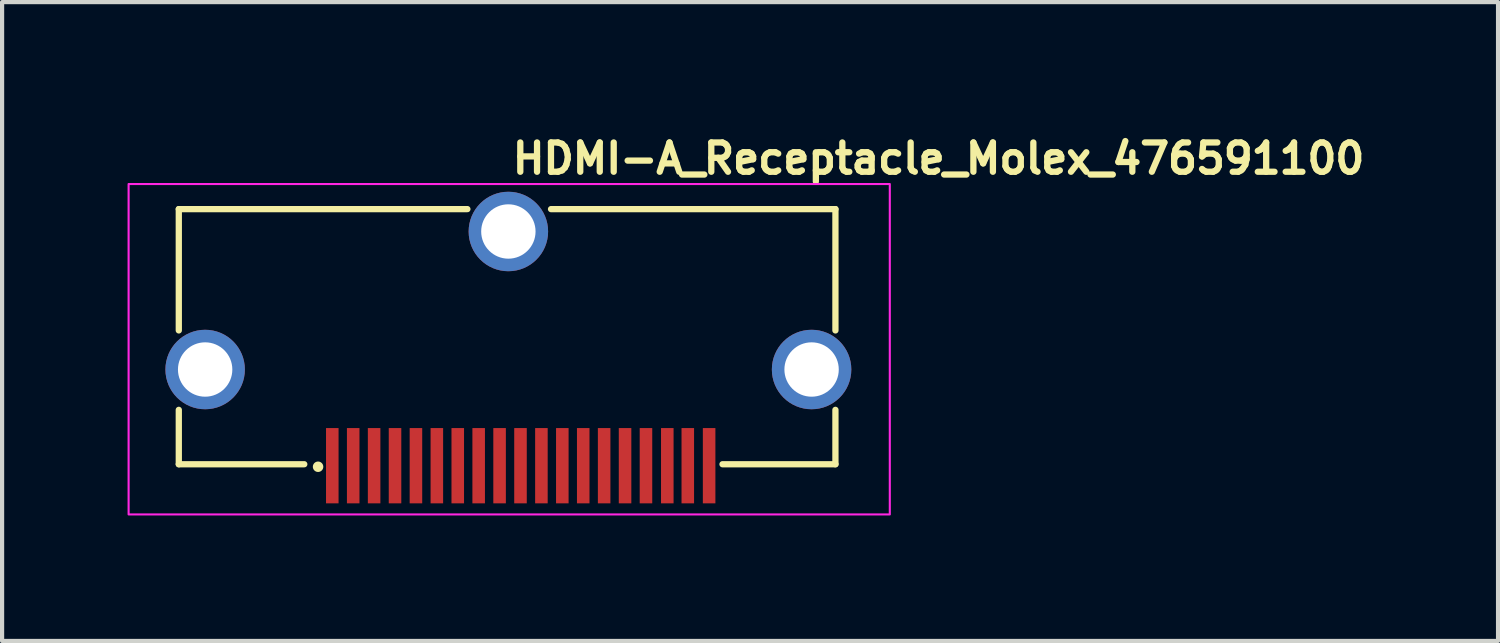
<source format=kicad_pcb>
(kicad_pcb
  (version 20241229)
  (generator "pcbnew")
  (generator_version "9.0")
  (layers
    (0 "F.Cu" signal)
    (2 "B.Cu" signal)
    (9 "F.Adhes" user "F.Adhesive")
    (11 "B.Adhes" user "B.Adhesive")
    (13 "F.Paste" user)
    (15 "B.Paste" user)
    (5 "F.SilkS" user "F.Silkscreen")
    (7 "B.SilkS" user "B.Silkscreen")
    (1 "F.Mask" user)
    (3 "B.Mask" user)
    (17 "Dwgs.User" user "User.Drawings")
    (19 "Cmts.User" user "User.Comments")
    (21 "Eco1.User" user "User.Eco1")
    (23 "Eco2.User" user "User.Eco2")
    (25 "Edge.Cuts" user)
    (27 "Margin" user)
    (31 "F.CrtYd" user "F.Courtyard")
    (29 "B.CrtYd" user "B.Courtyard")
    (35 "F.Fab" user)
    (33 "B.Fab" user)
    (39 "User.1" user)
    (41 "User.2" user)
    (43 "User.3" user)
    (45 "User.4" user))
  (footprint "HDMI-A_Receptacle_Molex_476591100"
    (layer "F.Cu")
    (at 9.125 5.15)
    (property "Reference" "HDMI-A_Receptacle_Molex_476591100" (at 0 -4 0) (layer "F.SilkS") (effects (font (size 0.7 0.7) (thickness 0.15)) (justify left bottom)))
    (attr smd)
    (fp_line (start -7.9 -3.2) (end -7.9 -0.3) (stroke (width 0.15) (type solid)) (layer "F.SilkS"))
    (fp_line (start -7.9 1.6) (end -7.9 2.9) (stroke (width 0.15) (type solid)) (layer "F.SilkS"))
    (fp_line (start -4.9 2.9) (end -7.9 2.9) (stroke (width 0.15) (type solid)) (layer "F.SilkS"))
    (fp_line (start -1 -3.2) (end -7.9 -3.2) (stroke (width 0.15) (type solid)) (layer "F.SilkS"))
    (fp_line (start 7.8 -3.2) (end 1 -3.2) (stroke (width 0.15) (type solid)) (layer "F.SilkS"))
    (fp_line (start 7.8 -0.3) (end 7.8 -3.2) (stroke (width 0.15) (type solid)) (layer "F.SilkS"))
    (fp_line (start 7.8 2.9) (end 5.1 2.9) (stroke (width 0.15) (type solid)) (layer "F.SilkS"))
    (fp_line (start 7.8 2.9) (end 7.8 1.6) (stroke (width 0.15) (type solid)) (layer "F.SilkS"))
    (fp_circle (center -4.57 2.96) (end -4.52 2.96) (stroke (width 0.15) (type solid)) (fill yes) (layer "F.SilkS"))
    (fp_rect (start 9.1 4.1) (end -9.1 -3.8) (stroke (width 0.05) (type solid)) (fill no) (layer "F.CrtYd"))
    (fp_rect (start 8.75 3.425) (end -8.75 -3.425) (stroke (width 0.1) (type solid)) (fill no) (layer "User.5"))
    (fp_line (start -8.75 -2.425) (end -8.75 -1) (stroke (width 0.02) (type solid)) (layer "User.9"))
    (fp_line (start -8.75 -1) (end -8.5 -1) (stroke (width 0.02) (type solid)) (layer "User.9"))
    (fp_line (start -8.75 0.2) (end -8.75 1.625) (stroke (width 0.02) (type solid)) (layer "User.9"))
    (fp_line (start -8.75 1.625) (end -8.749 1.676) (stroke (width 0.02) (type solid)) (layer "User.9"))
    (fp_line (start -8.749 -2.476) (end -8.75 -2.425) (stroke (width 0.02) (type solid)) (layer "User.9"))
    (fp_line (start -8.749 1.676) (end -8.745 1.727) (stroke (width 0.02) (type solid)) (layer "User.9"))
    (fp_line (start -8.745 -2.527) (end -8.749 -2.476) (stroke (width 0.02) (type solid)) (layer "User.9"))
    (fp_line (start -8.745 1.727) (end -8.738 1.777) (stroke (width 0.02) (type solid)) (layer "User.9"))
    (fp_line (start -8.738 -2.577) (end -8.745 -2.527) (stroke (width 0.02) (type solid)) (layer "User.9"))
    (fp_line (start -8.738 1.777) (end -8.73 1.827) (stroke (width 0.02) (type solid)) (layer "User.9"))
    (fp_line (start -8.73 -2.627) (end -8.738 -2.577) (stroke (width 0.02) (type solid)) (layer "User.9"))
    (fp_line (start -8.73 1.827) (end -8.719 1.875) (stroke (width 0.02) (type solid)) (layer "User.9"))
    (fp_line (start -8.719 -2.675) (end -8.73 -2.627) (stroke (width 0.02) (type solid)) (layer "User.9"))
    (fp_line (start -8.719 1.875) (end -8.705 1.922) (stroke (width 0.02) (type solid)) (layer "User.9"))
    (fp_line (start -8.705 -2.722) (end -8.719 -2.675) (stroke (width 0.02) (type solid)) (layer "User.9"))
    (fp_line (start -8.705 1.922) (end -8.689 1.969) (stroke (width 0.02) (type solid)) (layer "User.9"))
    (fp_line (start -8.689 -2.769) (end -8.705 -2.722) (stroke (width 0.02) (type solid)) (layer "User.9"))
    (fp_line (start -8.689 1.969) (end -8.671 2.014) (stroke (width 0.02) (type solid)) (layer "User.9"))
    (fp_line (start -8.671 -2.814) (end -8.689 -2.769) (stroke (width 0.02) (type solid)) (layer "User.9"))
    (fp_line (start -8.671 2.014) (end -8.651 2.059) (stroke (width 0.02) (type solid)) (layer "User.9"))
    (fp_line (start -8.651 -2.859) (end -8.671 -2.814) (stroke (width 0.02) (type solid)) (layer "User.9"))
    (fp_line (start -8.651 2.059) (end -8.629 2.102) (stroke (width 0.02) (type solid)) (layer "User.9"))
    (fp_line (start -8.629 -2.902) (end -8.651 -2.859) (stroke (width 0.02) (type solid)) (layer "User.9"))
    (fp_line (start -8.629 2.102) (end -8.605 2.144) (stroke (width 0.02) (type solid)) (layer "User.9"))
    (fp_line (start -8.605 -2.944) (end -8.629 -2.902) (stroke (width 0.02) (type solid)) (layer "User.9"))
    (fp_line (start -8.605 2.144) (end -8.579 2.184) (stroke (width 0.02) (type solid)) (layer "User.9"))
    (fp_line (start -8.579 -2.984) (end -8.605 -2.944) (stroke (width 0.02) (type solid)) (layer "User.9"))
    (fp_line (start -8.579 2.184) (end -8.551 2.223) (stroke (width 0.02) (type solid)) (layer "User.9"))
    (fp_line (start -8.551 -3.023) (end -8.579 -2.984) (stroke (width 0.02) (type solid)) (layer "User.9"))
    (fp_line (start -8.551 2.223) (end -8.522 2.261) (stroke (width 0.02) (type solid)) (layer "User.9"))
    (fp_line (start -8.522 -3.061) (end -8.551 -3.023) (stroke (width 0.02) (type solid)) (layer "User.9"))
    (fp_line (start -8.522 2.261) (end -8.49 2.297) (stroke (width 0.02) (type solid)) (layer "User.9"))
    (fp_line (start -8.5 -1) (end -8.5 0.2) (stroke (width 0.02) (type solid)) (layer "User.9"))
    (fp_line (start -8.5 0.2) (end -8.75 0.2) (stroke (width 0.02) (type solid)) (layer "User.9"))
    (fp_line (start -8.49 -3.097) (end -8.522 -3.061) (stroke (width 0.02) (type solid)) (layer "User.9"))
    (fp_line (start -8.49 2.297) (end -8.457 2.332) (stroke (width 0.02) (type solid)) (layer "User.9"))
    (fp_line (start -8.457 -3.132) (end -8.49 -3.097) (stroke (width 0.02) (type solid)) (layer "User.9"))
    (fp_line (start -8.457 2.332) (end -8.422 2.365) (stroke (width 0.02) (type solid)) (layer "User.9"))
    (fp_line (start -8.422 -3.165) (end -8.457 -3.132) (stroke (width 0.02) (type solid)) (layer "User.9"))
    (fp_line (start -8.422 2.365) (end -8.386 2.397) (stroke (width 0.02) (type solid)) (layer "User.9"))
    (fp_line (start -8.386 -3.197) (end -8.422 -3.165) (stroke (width 0.02) (type solid)) (layer "User.9"))
    (fp_line (start -8.386 2.397) (end -8.348 2.426) (stroke (width 0.02) (type solid)) (layer "User.9"))
    (fp_line (start -8.348 -3.226) (end -8.386 -3.197) (stroke (width 0.02) (type solid)) (layer "User.9"))
    (fp_line (start -8.348 2.426) (end -8.309 2.454) (stroke (width 0.02) (type solid)) (layer "User.9"))
    (fp_line (start -8.309 -3.254) (end -8.348 -3.226) (stroke (width 0.02) (type solid)) (layer "User.9"))
    (fp_line (start -8.309 2.454) (end -8.269 2.48) (stroke (width 0.02) (type solid)) (layer "User.9"))
    (fp_line (start -8.269 -3.28) (end -8.309 -3.254) (stroke (width 0.02) (type solid)) (layer "User.9"))
    (fp_line (start -8.269 2.48) (end -8.227 2.504) (stroke (width 0.02) (type solid)) (layer "User.9"))
    (fp_line (start -8.227 -3.304) (end -8.269 -3.28) (stroke (width 0.02) (type solid)) (layer "User.9"))
    (fp_line (start -8.227 2.504) (end -8.184 2.526) (stroke (width 0.02) (type solid)) (layer "User.9"))
    (fp_line (start -8.184 -3.326) (end -8.227 -3.304) (stroke (width 0.02) (type solid)) (layer "User.9"))
    (fp_line (start -8.184 2.526) (end -8.139 2.546) (stroke (width 0.02) (type solid)) (layer "User.9"))
    (fp_line (start -8.139 -3.346) (end -8.184 -3.326) (stroke (width 0.02) (type solid)) (layer "User.9"))
    (fp_line (start -8.139 2.546) (end -8.094 2.564) (stroke (width 0.02) (type solid)) (layer "User.9"))
    (fp_line (start -8.094 -3.364) (end -8.139 -3.346) (stroke (width 0.02) (type solid)) (layer "User.9"))
    (fp_line (start -8.094 2.564) (end -8.047 2.58) (stroke (width 0.02) (type solid)) (layer "User.9"))
    (fp_line (start -8.047 -3.38) (end -8.094 -3.364) (stroke (width 0.02) (type solid)) (layer "User.9"))
    (fp_line (start -8.047 2.58) (end -8 2.594) (stroke (width 0.02) (type solid)) (layer "User.9"))
    (fp_line (start -8 -3.394) (end -8.047 -3.38) (stroke (width 0.02) (type solid)) (layer "User.9"))
    (fp_line (start -8 2.594) (end -7.952 2.605) (stroke (width 0.02) (type solid)) (layer "User.9"))
    (fp_line (start -7.952 -3.405) (end -8 -3.394) (stroke (width 0.02) (type solid)) (layer "User.9"))
    (fp_line (start -7.952 2.605) (end -7.902 2.613) (stroke (width 0.02) (type solid)) (layer "User.9"))
    (fp_line (start -7.902 -3.413) (end -7.952 -3.405) (stroke (width 0.02) (type solid)) (layer "User.9"))
    (fp_line (start -7.902 2.613) (end -7.852 2.62) (stroke (width 0.02) (type solid)) (layer "User.9"))
    (fp_line (start -7.852 -3.42) (end -7.902 -3.413) (stroke (width 0.02) (type solid)) (layer "User.9"))
    (fp_line (start -7.852 2.62) (end -7.801 2.624) (stroke (width 0.02) (type solid)) (layer "User.9"))
    (fp_line (start -7.801 -3.424) (end -7.852 -3.42) (stroke (width 0.02) (type solid)) (layer "User.9"))
    (fp_line (start -7.801 2.624) (end -7.75 2.625) (stroke (width 0.02) (type solid)) (layer "User.9"))
    (fp_line (start -7.75 -3.425) (end -7.801 -3.424) (stroke (width 0.02) (type solid)) (layer "User.9"))
    (fp_line (start -7.75 2.625) (end 7.75 2.625) (stroke (width 0.02) (type solid)) (layer "User.9"))
    (fp_line (start -6.98 3.425) (end -6.98 2.625) (stroke (width 0.02) (type solid)) (layer "User.9"))
    (fp_line (start -5.98 3.425) (end -6.98 3.425) (stroke (width 0.02) (type solid)) (layer "User.9"))
    (fp_line (start -5.98 3.425) (end -5.98 2.625) (stroke (width 0.02) (type solid)) (layer "User.9"))
    (fp_line (start -4.31 2.625) (end -4.31 2.894) (stroke (width 0.02) (type solid)) (layer "User.9"))
    (fp_line (start -4.31 2.894) (end -4.31 3.425) (stroke (width 0.02) (type solid)) (layer "User.9"))
    (fp_line (start -4.11 2.625) (end -4.11 2.894) (stroke (width 0.02) (type solid)) (layer "User.9"))
    (fp_line (start -4.11 2.894) (end -4.31 2.894) (stroke (width 0.02) (type solid)) (layer "User.9"))
    (fp_line (start -4.11 2.894) (end -4.11 3.425) (stroke (width 0.02) (type solid)) (layer "User.9"))
    (fp_line (start -4.11 3.425) (end -4.31 3.425) (stroke (width 0.02) (type solid)) (layer "User.9"))
    (fp_line (start -3.81 2.625) (end -3.81 2.894) (stroke (width 0.02) (type solid)) (layer "User.9"))
    (fp_line (start -3.81 2.894) (end -3.81 3.425) (stroke (width 0.02) (type solid)) (layer "User.9"))
    (fp_line (start -3.61 2.625) (end -3.61 2.894) (stroke (width 0.02) (type solid)) (layer "User.9"))
    (fp_line (start -3.61 2.894) (end -3.81 2.894) (stroke (width 0.02) (type solid)) (layer "User.9"))
    (fp_line (start -3.61 2.894) (end -3.61 3.425) (stroke (width 0.02) (type solid)) (layer "User.9"))
    (fp_line (start -3.61 3.425) (end -3.81 3.425) (stroke (width 0.02) (type solid)) (layer "User.9"))
    (fp_line (start -3.31 2.625) (end -3.31 2.894) (stroke (width 0.02) (type solid)) (layer "User.9"))
    (fp_line (start -3.31 2.894) (end -3.31 3.425) (stroke (width 0.02) (type solid)) (layer "User.9"))
    (fp_line (start -3.11 2.625) (end -3.11 2.894) (stroke (width 0.02) (type solid)) (layer "User.9"))
    (fp_line (start -3.11 2.894) (end -3.31 2.894) (stroke (width 0.02) (type solid)) (layer "User.9"))
    (fp_line (start -3.11 2.894) (end -3.11 3.425) (stroke (width 0.02) (type solid)) (layer "User.9"))
    (fp_line (start -3.11 3.425) (end -3.31 3.425) (stroke (width 0.02) (type solid)) (layer "User.9"))
    (fp_line (start -2.81 2.625) (end -2.81 2.894) (stroke (width 0.02) (type solid)) (layer "User.9"))
    (fp_line (start -2.81 2.894) (end -2.81 3.425) (stroke (width 0.02) (type solid)) (layer "User.9"))
    (fp_line (start -2.61 2.625) (end -2.61 2.894) (stroke (width 0.02) (type solid)) (layer "User.9"))
    (fp_line (start -2.61 2.894) (end -2.81 2.894) (stroke (width 0.02) (type solid)) (layer "User.9"))
    (fp_line (start -2.61 2.894) (end -2.61 3.425) (stroke (width 0.02) (type solid)) (layer "User.9"))
    (fp_line (start -2.61 3.425) (end -2.81 3.425) (stroke (width 0.02) (type solid)) (layer "User.9"))
    (fp_line (start -2.31 2.625) (end -2.31 2.894) (stroke (width 0.02) (type solid)) (layer "User.9"))
    (fp_line (start -2.31 2.894) (end -2.31 3.425) (stroke (width 0.02) (type solid)) (layer "User.9"))
    (fp_line (start -2.11 2.625) (end -2.11 2.894) (stroke (width 0.02) (type solid)) (layer "User.9"))
    (fp_line (start -2.11 2.894) (end -2.31 2.894) (stroke (width 0.02) (type solid)) (layer "User.9"))
    (fp_line (start -2.11 2.894) (end -2.11 3.425) (stroke (width 0.02) (type solid)) (layer "User.9"))
    (fp_line (start -2.11 3.425) (end -2.31 3.425) (stroke (width 0.02) (type solid)) (layer "User.9"))
    (fp_line (start -1.81 2.625) (end -1.81 2.894) (stroke (width 0.02) (type solid)) (layer "User.9"))
    (fp_line (start -1.81 2.894) (end -1.81 3.425) (stroke (width 0.02) (type solid)) (layer "User.9"))
    (fp_line (start -1.61 2.625) (end -1.61 2.894) (stroke (width 0.02) (type solid)) (layer "User.9"))
    (fp_line (start -1.61 2.894) (end -1.81 2.894) (stroke (width 0.02) (type solid)) (layer "User.9"))
    (fp_line (start -1.61 2.894) (end -1.61 3.425) (stroke (width 0.02) (type solid)) (layer "User.9"))
    (fp_line (start -1.61 3.425) (end -1.81 3.425) (stroke (width 0.02) (type solid)) (layer "User.9"))
    (fp_line (start -1.31 2.625) (end -1.31 2.894) (stroke (width 0.02) (type solid)) (layer "User.9"))
    (fp_line (start -1.31 2.894) (end -1.31 3.425) (stroke (width 0.02) (type solid)) (layer "User.9"))
    (fp_line (start -1.11 2.625) (end -1.11 2.894) (stroke (width 0.02) (type solid)) (layer "User.9"))
    (fp_line (start -1.11 2.894) (end -1.31 2.894) (stroke (width 0.02) (type solid)) (layer "User.9"))
    (fp_line (start -1.11 2.894) (end -1.11 3.425) (stroke (width 0.02) (type solid)) (layer "User.9"))
    (fp_line (start -1.11 3.425) (end -1.31 3.425) (stroke (width 0.02) (type solid)) (layer "User.9"))
    (fp_line (start -0.81 2.625) (end -0.81 2.894) (stroke (width 0.02) (type solid)) (layer "User.9"))
    (fp_line (start -0.81 2.894) (end -0.81 3.425) (stroke (width 0.02) (type solid)) (layer "User.9"))
    (fp_line (start -0.61 2.625) (end -0.61 2.894) (stroke (width 0.02) (type solid)) (layer "User.9"))
    (fp_line (start -0.61 2.894) (end -0.81 2.894) (stroke (width 0.02) (type solid)) (layer "User.9"))
    (fp_line (start -0.61 2.894) (end -0.61 3.425) (stroke (width 0.02) (type solid)) (layer "User.9"))
    (fp_line (start -0.61 3.425) (end -0.81 3.425) (stroke (width 0.02) (type solid)) (layer "User.9"))
    (fp_line (start -0.31 2.625) (end -0.31 2.894) (stroke (width 0.02) (type solid)) (layer "User.9"))
    (fp_line (start -0.31 2.894) (end -0.31 3.425) (stroke (width 0.02) (type solid)) (layer "User.9"))
    (fp_line (start -0.11 2.625) (end -0.11 2.894) (stroke (width 0.02) (type solid)) (layer "User.9"))
    (fp_line (start -0.11 2.894) (end -0.31 2.894) (stroke (width 0.02) (type solid)) (layer "User.9"))
    (fp_line (start -0.11 2.894) (end -0.11 3.425) (stroke (width 0.02) (type solid)) (layer "User.9"))
    (fp_line (start -0.11 3.425) (end -0.31 3.425) (stroke (width 0.02) (type solid)) (layer "User.9"))
    (fp_line (start 0.19 2.625) (end 0.19 2.894) (stroke (width 0.02) (type solid)) (layer "User.9"))
    (fp_line (start 0.19 2.894) (end 0.19 3.425) (stroke (width 0.02) (type solid)) (layer "User.9"))
    (fp_line (start 0.39 2.625) (end 0.39 2.894) (stroke (width 0.02) (type solid)) (layer "User.9"))
    (fp_line (start 0.39 2.894) (end 0.19 2.894) (stroke (width 0.02) (type solid)) (layer "User.9"))
    (fp_line (start 0.39 2.894) (end 0.39 3.425) (stroke (width 0.02) (type solid)) (layer "User.9"))
    (fp_line (start 0.39 3.425) (end 0.19 3.425) (stroke (width 0.02) (type solid)) (layer "User.9"))
    (fp_line (start 0.69 2.625) (end 0.69 2.894) (stroke (width 0.02) (type solid)) (layer "User.9"))
    (fp_line (start 0.69 2.894) (end 0.69 3.425) (stroke (width 0.02) (type solid)) (layer "User.9"))
    (fp_line (start 0.89 2.625) (end 0.89 2.894) (stroke (width 0.02) (type solid)) (layer "User.9"))
    (fp_line (start 0.89 2.894) (end 0.69 2.894) (stroke (width 0.02) (type solid)) (layer "User.9"))
    (fp_line (start 0.89 2.894) (end 0.89 3.425) (stroke (width 0.02) (type solid)) (layer "User.9"))
    (fp_line (start 0.89 3.425) (end 0.69 3.425) (stroke (width 0.02) (type solid)) (layer "User.9"))
    (fp_line (start 1.19 2.625) (end 1.19 2.894) (stroke (width 0.02) (type solid)) (layer "User.9"))
    (fp_line (start 1.19 2.894) (end 1.19 3.425) (stroke (width 0.02) (type solid)) (layer "User.9"))
    (fp_line (start 1.39 2.625) (end 1.39 2.894) (stroke (width 0.02) (type solid)) (layer "User.9"))
    (fp_line (start 1.39 2.894) (end 1.19 2.894) (stroke (width 0.02) (type solid)) (layer "User.9"))
    (fp_line (start 1.39 2.894) (end 1.39 3.425) (stroke (width 0.02) (type solid)) (layer "User.9"))
    (fp_line (start 1.39 3.425) (end 1.19 3.425) (stroke (width 0.02) (type solid)) (layer "User.9"))
    (fp_line (start 1.69 2.625) (end 1.69 2.894) (stroke (width 0.02) (type solid)) (layer "User.9"))
    (fp_line (start 1.69 2.894) (end 1.69 3.425) (stroke (width 0.02) (type solid)) (layer "User.9"))
    (fp_line (start 1.89 2.625) (end 1.89 2.894) (stroke (width 0.02) (type solid)) (layer "User.9"))
    (fp_line (start 1.89 2.894) (end 1.69 2.894) (stroke (width 0.02) (type solid)) (layer "User.9"))
    (fp_line (start 1.89 2.894) (end 1.89 3.425) (stroke (width 0.02) (type solid)) (layer "User.9"))
    (fp_line (start 1.89 3.425) (end 1.69 3.425) (stroke (width 0.02) (type solid)) (layer "User.9"))
    (fp_line (start 2.19 2.625) (end 2.19 2.894) (stroke (width 0.02) (type solid)) (layer "User.9"))
    (fp_line (start 2.19 2.894) (end 2.19 3.425) (stroke (width 0.02) (type solid)) (layer "User.9"))
    (fp_line (start 2.39 2.625) (end 2.39 2.894) (stroke (width 0.02) (type solid)) (layer "User.9"))
    (fp_line (start 2.39 2.894) (end 2.19 2.894) (stroke (width 0.02) (type solid)) (layer "User.9"))
    (fp_line (start 2.39 2.894) (end 2.39 3.425) (stroke (width 0.02) (type solid)) (layer "User.9"))
    (fp_line (start 2.39 3.425) (end 2.19 3.425) (stroke (width 0.02) (type solid)) (layer "User.9"))
    (fp_line (start 2.69 2.625) (end 2.69 2.894) (stroke (width 0.02) (type solid)) (layer "User.9"))
    (fp_line (start 2.69 2.894) (end 2.69 3.425) (stroke (width 0.02) (type solid)) (layer "User.9"))
    (fp_line (start 2.89 2.625) (end 2.89 2.894) (stroke (width 0.02) (type solid)) (layer "User.9"))
    (fp_line (start 2.89 2.894) (end 2.69 2.894) (stroke (width 0.02) (type solid)) (layer "User.9"))
    (fp_line (start 2.89 2.894) (end 2.89 3.425) (stroke (width 0.02) (type solid)) (layer "User.9"))
    (fp_line (start 2.89 3.425) (end 2.69 3.425) (stroke (width 0.02) (type solid)) (layer "User.9"))
    (fp_line (start 3.19 2.625) (end 3.19 2.894) (stroke (width 0.02) (type solid)) (layer "User.9"))
    (fp_line (start 3.19 2.894) (end 3.19 3.425) (stroke (width 0.02) (type solid)) (layer "User.9"))
    (fp_line (start 3.39 2.625) (end 3.39 2.894) (stroke (width 0.02) (type solid)) (layer "User.9"))
    (fp_line (start 3.39 2.894) (end 3.19 2.894) (stroke (width 0.02) (type solid)) (layer "User.9"))
    (fp_line (start 3.39 2.894) (end 3.39 3.425) (stroke (width 0.02) (type solid)) (layer "User.9"))
    (fp_line (start 3.39 3.425) (end 3.19 3.425) (stroke (width 0.02) (type solid)) (layer "User.9"))
    (fp_line (start 3.69 2.625) (end 3.69 2.894) (stroke (width 0.02) (type solid)) (layer "User.9"))
    (fp_line (start 3.69 2.894) (end 3.69 3.425) (stroke (width 0.02) (type solid)) (layer "User.9"))
    (fp_line (start 3.89 2.625) (end 3.89 2.894) (stroke (width 0.02) (type solid)) (layer "User.9"))
    (fp_line (start 3.89 2.894) (end 3.69 2.894) (stroke (width 0.02) (type solid)) (layer "User.9"))
    (fp_line (start 3.89 2.894) (end 3.89 3.425) (stroke (width 0.02) (type solid)) (layer "User.9"))
    (fp_line (start 3.89 3.425) (end 3.69 3.425) (stroke (width 0.02) (type solid)) (layer "User.9"))
    (fp_line (start 4.19 2.625) (end 4.19 2.894) (stroke (width 0.02) (type solid)) (layer "User.9"))
    (fp_line (start 4.19 2.894) (end 4.19 3.425) (stroke (width 0.02) (type solid)) (layer "User.9"))
    (fp_line (start 4.39 2.625) (end 4.39 2.894) (stroke (width 0.02) (type solid)) (layer "User.9"))
    (fp_line (start 4.39 2.894) (end 4.19 2.894) (stroke (width 0.02) (type solid)) (layer "User.9"))
    (fp_line (start 4.39 2.894) (end 4.39 3.425) (stroke (width 0.02) (type solid)) (layer "User.9"))
    (fp_line (start 4.39 3.425) (end 4.19 3.425) (stroke (width 0.02) (type solid)) (layer "User.9"))
    (fp_line (start 4.69 2.625) (end 4.69 2.894) (stroke (width 0.02) (type solid)) (layer "User.9"))
    (fp_line (start 4.69 2.894) (end 4.69 3.425) (stroke (width 0.02) (type solid)) (layer "User.9"))
    (fp_line (start 4.89 2.625) (end 4.89 2.894) (stroke (width 0.02) (type solid)) (layer "User.9"))
    (fp_line (start 4.89 2.894) (end 4.69 2.894) (stroke (width 0.02) (type solid)) (layer "User.9"))
    (fp_line (start 4.89 2.894) (end 4.89 3.425) (stroke (width 0.02) (type solid)) (layer "User.9"))
    (fp_line (start 4.89 3.425) (end 4.69 3.425) (stroke (width 0.02) (type solid)) (layer "User.9"))
    (fp_line (start 5.98 3.425) (end 5.98 2.625) (stroke (width 0.02) (type solid)) (layer "User.9"))
    (fp_line (start 6.98 3.425) (end 5.98 3.425) (stroke (width 0.02) (type solid)) (layer "User.9"))
    (fp_line (start 6.98 3.425) (end 6.98 2.625) (stroke (width 0.02) (type solid)) (layer "User.9"))
    (fp_line (start 7.75 -3.425) (end -7.75 -3.425) (stroke (width 0.02) (type solid)) (layer "User.9"))
    (fp_line (start 7.75 2.625) (end 7.8 2.624) (stroke (width 0.02) (type solid)) (layer "User.9"))
    (fp_line (start 7.8 -3.424) (end 7.75 -3.425) (stroke (width 0.02) (type solid)) (layer "User.9"))
    (fp_line (start 7.8 2.624) (end 7.849 2.62) (stroke (width 0.02) (type solid)) (layer "User.9"))
    (fp_line (start 7.849 -3.42) (end 7.8 -3.424) (stroke (width 0.02) (type solid)) (layer "User.9"))
    (fp_line (start 7.849 2.62) (end 7.898 2.614) (stroke (width 0.02) (type solid)) (layer "User.9"))
    (fp_line (start 7.898 -3.414) (end 7.849 -3.42) (stroke (width 0.02) (type solid)) (layer "User.9"))
    (fp_line (start 7.898 2.614) (end 7.946 2.606) (stroke (width 0.02) (type solid)) (layer "User.9"))
    (fp_line (start 7.946 -3.406) (end 7.898 -3.414) (stroke (width 0.02) (type solid)) (layer "User.9"))
    (fp_line (start 7.946 2.606) (end 7.994 2.595) (stroke (width 0.02) (type solid)) (layer "User.9"))
    (fp_line (start 7.994 -3.395) (end 7.946 -3.406) (stroke (width 0.02) (type solid)) (layer "User.9"))
    (fp_line (start 7.994 2.595) (end 8.041 2.582) (stroke (width 0.02) (type solid)) (layer "User.9"))
    (fp_line (start 8.041 -3.382) (end 7.994 -3.395) (stroke (width 0.02) (type solid)) (layer "User.9"))
    (fp_line (start 8.041 2.582) (end 8.087 2.566) (stroke (width 0.02) (type solid)) (layer "User.9"))
    (fp_line (start 8.087 -3.366) (end 8.041 -3.382) (stroke (width 0.02) (type solid)) (layer "User.9"))
    (fp_line (start 8.087 2.566) (end 8.133 2.549) (stroke (width 0.02) (type solid)) (layer "User.9"))
    (fp_line (start 8.133 -3.349) (end 8.087 -3.366) (stroke (width 0.02) (type solid)) (layer "User.9"))
    (fp_line (start 8.133 2.549) (end 8.177 2.529) (stroke (width 0.02) (type solid)) (layer "User.9"))
    (fp_line (start 8.177 -3.329) (end 8.133 -3.349) (stroke (width 0.02) (type solid)) (layer "User.9"))
    (fp_line (start 8.177 2.529) (end 8.221 2.507) (stroke (width 0.02) (type solid)) (layer "User.9"))
    (fp_line (start 8.221 -3.307) (end 8.177 -3.329) (stroke (width 0.02) (type solid)) (layer "User.9"))
    (fp_line (start 8.221 2.507) (end 8.263 2.483) (stroke (width 0.02) (type solid)) (layer "User.9"))
    (fp_line (start 8.263 -3.283) (end 8.221 -3.307) (stroke (width 0.02) (type solid)) (layer "User.9"))
    (fp_line (start 8.263 2.483) (end 8.305 2.457) (stroke (width 0.02) (type solid)) (layer "User.9"))
    (fp_line (start 8.305 -3.257) (end 8.263 -3.283) (stroke (width 0.02) (type solid)) (layer "User.9"))
    (fp_line (start 8.305 2.457) (end 8.345 2.429) (stroke (width 0.02) (type solid)) (layer "User.9"))
    (fp_line (start 8.345 -3.229) (end 8.305 -3.257) (stroke (width 0.02) (type solid)) (layer "User.9"))
    (fp_line (start 8.345 2.429) (end 8.384 2.399) (stroke (width 0.02) (type solid)) (layer "User.9"))
    (fp_line (start 8.384 -3.199) (end 8.345 -3.229) (stroke (width 0.02) (type solid)) (layer "User.9"))
    (fp_line (start 8.384 2.399) (end 8.421 2.366) (stroke (width 0.02) (type solid)) (layer "User.9"))
    (fp_line (start 8.421 -3.166) (end 8.384 -3.199) (stroke (width 0.02) (type solid)) (layer "User.9"))
    (fp_line (start 8.421 2.366) (end 8.457 2.332) (stroke (width 0.02) (type solid)) (layer "User.9"))
    (fp_line (start 8.457 -3.132) (end 8.421 -3.166) (stroke (width 0.02) (type solid)) (layer "User.9"))
    (fp_line (start 8.457 -3.132) (end 8.457 -3.132) (stroke (width 0.02) (type solid)) (layer "User.9"))
    (fp_line (start 8.457 2.332) (end 8.457 2.332) (stroke (width 0.02) (type solid)) (layer "User.9"))
    (fp_line (start 8.457 2.332) (end 8.491 2.296) (stroke (width 0.02) (type solid)) (layer "User.9"))
    (fp_line (start 8.491 -3.096) (end 8.457 -3.132) (stroke (width 0.02) (type solid)) (layer "User.9"))
    (fp_line (start 8.491 2.296) (end 8.524 2.259) (stroke (width 0.02) (type solid)) (layer "User.9"))
    (fp_line (start 8.5 -1) (end 8.75 -1) (stroke (width 0.02) (type solid)) (layer "User.9"))
    (fp_line (start 8.5 0.2) (end 8.5 -1) (stroke (width 0.02) (type solid)) (layer "User.9"))
    (fp_line (start 8.524 -3.059) (end 8.491 -3.096) (stroke (width 0.02) (type solid)) (layer "User.9"))
    (fp_line (start 8.524 2.259) (end 8.554 2.22) (stroke (width 0.02) (type solid)) (layer "User.9"))
    (fp_line (start 8.554 -3.02) (end 8.524 -3.059) (stroke (width 0.02) (type solid)) (layer "User.9"))
    (fp_line (start 8.554 2.22) (end 8.582 2.18) (stroke (width 0.02) (type solid)) (layer "User.9"))
    (fp_line (start 8.582 -2.98) (end 8.554 -3.02) (stroke (width 0.02) (type solid)) (layer "User.9"))
    (fp_line (start 8.582 2.18) (end 8.608 2.138) (stroke (width 0.02) (type solid)) (layer "User.9"))
    (fp_line (start 8.608 -2.938) (end 8.582 -2.98) (stroke (width 0.02) (type solid)) (layer "User.9"))
    (fp_line (start 8.608 2.138) (end 8.632 2.096) (stroke (width 0.02) (type solid)) (layer "User.9"))
    (fp_line (start 8.632 -2.896) (end 8.608 -2.938) (stroke (width 0.02) (type solid)) (layer "User.9"))
    (fp_line (start 8.632 2.096) (end 8.654 2.052) (stroke (width 0.02) (type solid)) (layer "User.9"))
    (fp_line (start 8.654 -2.852) (end 8.632 -2.896) (stroke (width 0.02) (type solid)) (layer "User.9"))
    (fp_line (start 8.654 2.052) (end 8.674 2.008) (stroke (width 0.02) (type solid)) (layer "User.9"))
    (fp_line (start 8.674 -2.808) (end 8.654 -2.852) (stroke (width 0.02) (type solid)) (layer "User.9"))
    (fp_line (start 8.674 2.008) (end 8.691 1.962) (stroke (width 0.02) (type solid)) (layer "User.9"))
    (fp_line (start 8.691 -2.762) (end 8.674 -2.808) (stroke (width 0.02) (type solid)) (layer "User.9"))
    (fp_line (start 8.691 1.962) (end 8.707 1.916) (stroke (width 0.02) (type solid)) (layer "User.9"))
    (fp_line (start 8.707 -2.716) (end 8.691 -2.762) (stroke (width 0.02) (type solid)) (layer "User.9"))
    (fp_line (start 8.707 1.916) (end 8.72 1.869) (stroke (width 0.02) (type solid)) (layer "User.9"))
    (fp_line (start 8.72 -2.669) (end 8.707 -2.716) (stroke (width 0.02) (type solid)) (layer "User.9"))
    (fp_line (start 8.72 1.869) (end 8.731 1.821) (stroke (width 0.02) (type solid)) (layer "User.9"))
    (fp_line (start 8.731 -2.621) (end 8.72 -2.669) (stroke (width 0.02) (type solid)) (layer "User.9"))
    (fp_line (start 8.731 1.821) (end 8.739 1.773) (stroke (width 0.02) (type solid)) (layer "User.9"))
    (fp_line (start 8.739 -2.573) (end 8.731 -2.621) (stroke (width 0.02) (type solid)) (layer "User.9"))
    (fp_line (start 8.739 1.773) (end 8.745 1.724) (stroke (width 0.02) (type solid)) (layer "User.9"))
    (fp_line (start 8.745 -2.524) (end 8.739 -2.573) (stroke (width 0.02) (type solid)) (layer "User.9"))
    (fp_line (start 8.745 1.724) (end 8.749 1.675) (stroke (width 0.02) (type solid)) (layer "User.9"))
    (fp_line (start 8.749 -2.475) (end 8.745 -2.524) (stroke (width 0.02) (type solid)) (layer "User.9"))
    (fp_line (start 8.749 1.675) (end 8.75 1.625) (stroke (width 0.02) (type solid)) (layer "User.9"))
    (fp_line (start 8.75 -2.425) (end 8.749 -2.475) (stroke (width 0.02) (type solid)) (layer "User.9"))
    (fp_line (start 8.75 -1) (end 8.75 -2.425) (stroke (width 0.02) (type solid)) (layer "User.9"))
    (fp_line (start 8.75 0.2) (end 8.5 0.2) (stroke (width 0.02) (type solid)) (layer "User.9"))
    (fp_line (start 8.75 1.625) (end 8.75 0.2) (stroke (width 0.02) (type solid)) (layer "User.9"))
    (pad "1" smd rect (at -4.23 2.935 180) (size 0.3 1.8) (layers "F.Cu" "F.Mask" "F.Paste"))
    (pad "2" smd rect (at -3.73 2.935 180) (size 0.3 1.8) (layers "F.Cu" "F.Mask" "F.Paste"))
    (pad "3" smd rect (at -3.23 2.935 180) (size 0.3 1.8) (layers "F.Cu" "F.Mask" "F.Paste"))
    (pad "4" smd rect (at -2.73 2.935 180) (size 0.3 1.8) (layers "F.Cu" "F.Mask" "F.Paste"))
    (pad "5" smd rect (at -2.23 2.935 180) (size 0.3 1.8) (layers "F.Cu" "F.Mask" "F.Paste"))
    (pad "6" smd rect (at -1.73 2.935 180) (size 0.3 1.8) (layers "F.Cu" "F.Mask" "F.Paste"))
    (pad "7" smd rect (at -1.23 2.935 180) (size 0.3 1.8) (layers "F.Cu" "F.Mask" "F.Paste"))
    (pad "8" smd rect (at -0.73 2.935 180) (size 0.3 1.8) (layers "F.Cu" "F.Mask" "F.Paste"))
    (pad "9" smd rect (at -0.23 2.935 180) (size 0.3 1.8) (layers "F.Cu" "F.Mask" "F.Paste"))
    (pad "10" smd rect (at 0.27 2.935 180) (size 0.3 1.8) (layers "F.Cu" "F.Mask" "F.Paste"))
    (pad "11" smd rect (at 0.77 2.935 180) (size 0.3 1.8) (layers "F.Cu" "F.Mask" "F.Paste"))
    (pad "12" smd rect (at 1.27 2.935 180) (size 0.3 1.8) (layers "F.Cu" "F.Mask" "F.Paste"))
    (pad "13" smd rect (at 1.77 2.935 180) (size 0.3 1.8) (layers "F.Cu" "F.Mask" "F.Paste"))
    (pad "14" smd rect (at 2.27 2.935 180) (size 0.3 1.8) (layers "F.Cu" "F.Mask" "F.Paste"))
    (pad "15" smd rect (at 2.77 2.935 180) (size 0.3 1.8) (layers "F.Cu" "F.Mask" "F.Paste"))
    (pad "16" smd rect (at 3.27 2.935 180) (size 0.3 1.8) (layers "F.Cu" "F.Mask" "F.Paste"))
    (pad "17" smd rect (at 3.78 2.935 180) (size 0.3 1.8) (layers "F.Cu" "F.Mask" "F.Paste"))
    (pad "18" smd rect (at 4.27 2.935 180) (size 0.3 1.8) (layers "F.Cu" "F.Mask" "F.Paste"))
    (pad "19" smd rect (at 4.78 2.935 180) (size 0.3 1.8) (layers "F.Cu" "F.Mask" "F.Paste"))
    (pad "SH" thru_hole circle (at -7.27 0.635 180) (size 1.9 1.9) (drill 1.3) (layers "*.Cu" "*.Mask"))
    (pad "SH" thru_hole circle (at -0.02 -2.665 180) (size 1.9 1.9) (drill 1.3) (layers "*.Cu" "*.Mask"))
    (pad "SH" thru_hole circle (at 7.23 0.635 180) (size 1.9 1.9) (drill 1.3) (layers "*.Cu" "*.Mask")))
  (gr_rect
    (start -3 -3)
    (end 32.768 12.275)
    (stroke (width 0.1) (type default))
    (fill no)
    (layer "Edge.Cuts")))
</source>
